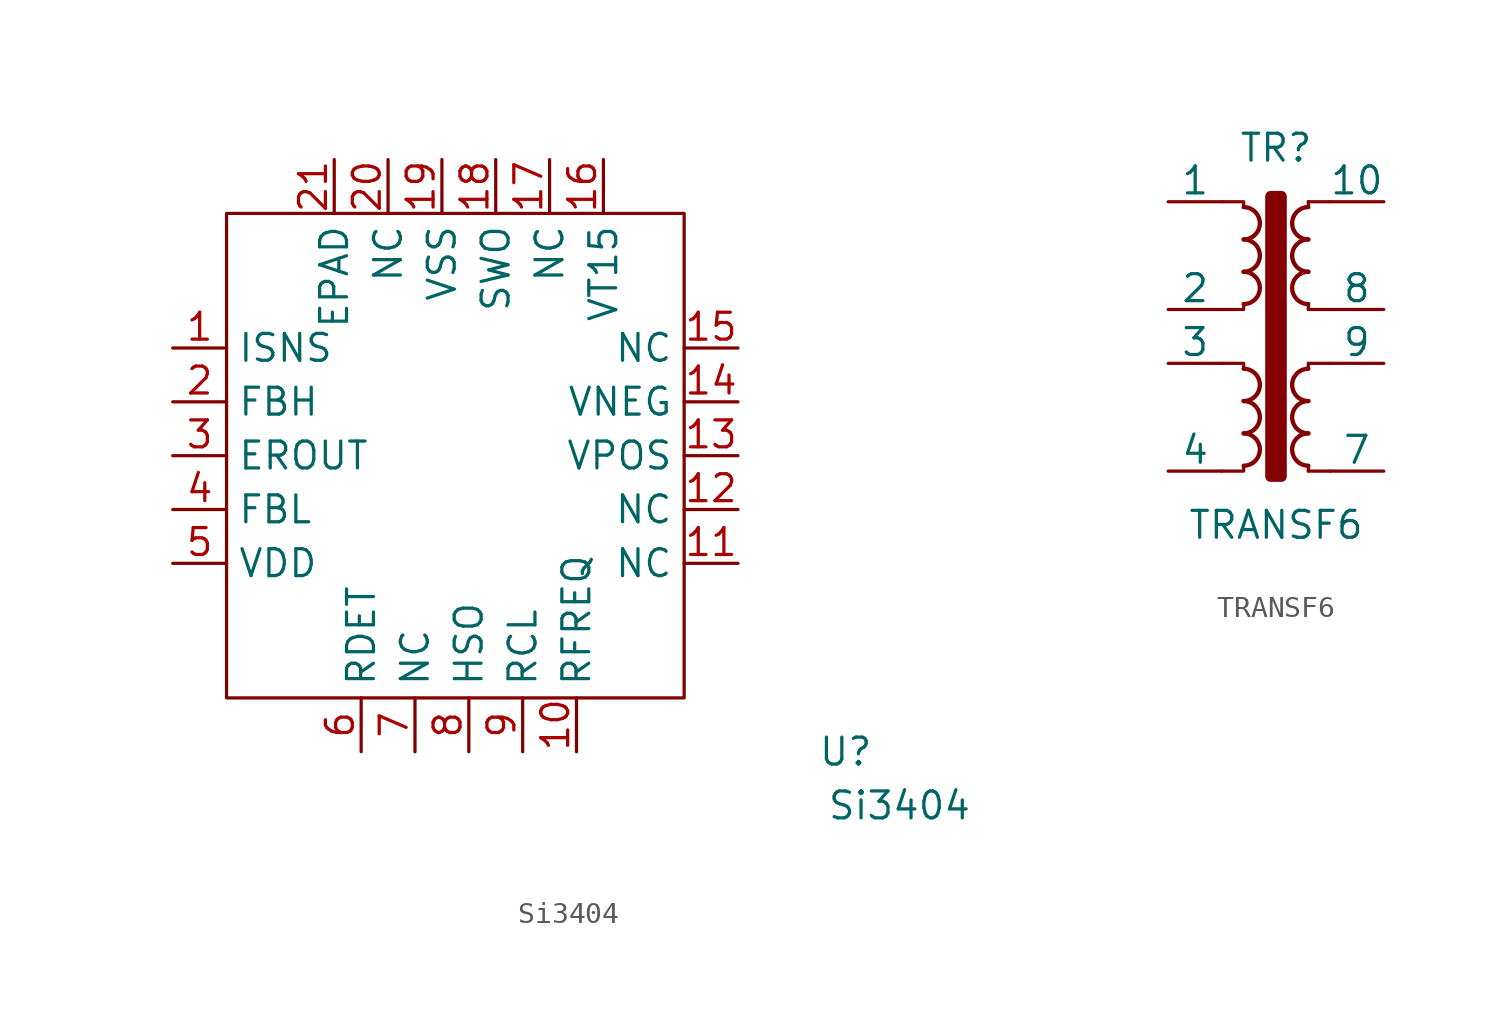
<source format=kicad_sym>
(kicad_symbol_lib
  (version 20211014)
  (generator kicad_symbol_editor)
  (symbol "Si3404"
    (property "Reference" "U"
      (at 19.05 -12.7 0)
      (effects (font (size 1.27 1.27))))
    (property "Value" "Si3404"
      (at 21.59 -15.24 0)
      (effects (font (size 1.27 1.27))))
    (symbol "Si3404_0_1"
      (rectangle (start -10.16 12.7) (end 11.43 -10.16) (stroke (width 0) (type default) (color 0 0 0 0)) (fill (type none))))
    (symbol "Si3404_1_1"
      (pin passive line (at -12.7 6.35 0) (length 2.54) (name "ISNS" (effects (font (size 1.27 1.27)))) (number "1" (effects (font (size 1.27 1.27)))))
      (pin passive line (at 6.35 -12.7 90) (length 2.54) (name "RFREQ" (effects (font (size 1.27 1.27)))) (number "10" (effects (font (size 1.27 1.27)))))
      (pin passive line (at 13.97 -3.81 180) (length 2.54) (name "NC" (effects (font (size 1.27 1.27)))) (number "11" (effects (font (size 1.27 1.27)))))
      (pin passive line (at 13.97 -1.27 180) (length 2.54) (name "NC" (effects (font (size 1.27 1.27)))) (number "12" (effects (font (size 1.27 1.27)))))
      (pin passive line (at 13.97 1.27 180) (length 2.54) (name "VPOS" (effects (font (size 1.27 1.27)))) (number "13" (effects (font (size 1.27 1.27)))))
      (pin passive line (at 13.97 3.81 180) (length 2.54) (name "VNEG" (effects (font (size 1.27 1.27)))) (number "14" (effects (font (size 1.27 1.27)))))
      (pin passive line (at 13.97 6.35 180) (length 2.54) (name "NC" (effects (font (size 1.27 1.27)))) (number "15" (effects (font (size 1.27 1.27)))))
      (pin passive line (at 7.62 15.24 270) (length 2.54) (name "VT15" (effects (font (size 1.27 1.27)))) (number "16" (effects (font (size 1.27 1.27)))))
      (pin passive line (at 5.08 15.24 270) (length 2.54) (name "NC" (effects (font (size 1.27 1.27)))) (number "17" (effects (font (size 1.27 1.27)))))
      (pin passive line (at 2.54 15.24 270) (length 2.54) (name "SWO" (effects (font (size 1.27 1.27)))) (number "18" (effects (font (size 1.27 1.27)))))
      (pin power_in line (at 0 15.24 270) (length 2.54) (name "VSS" (effects (font (size 1.27 1.27)))) (number "19" (effects (font (size 1.27 1.27)))))
      (pin passive line (at -12.7 3.81 0) (length 2.54) (name "FBH" (effects (font (size 1.27 1.27)))) (number "2" (effects (font (size 1.27 1.27)))))
      (pin passive line (at -2.54 15.24 270) (length 2.54) (name "NC" (effects (font (size 1.27 1.27)))) (number "20" (effects (font (size 1.27 1.27)))))
      (pin passive line (at -5.08 15.24 270) (length 2.54) (name "EPAD" (effects (font (size 1.27 1.27)))) (number "21" (effects (font (size 1.27 1.27)))))
      (pin passive line (at -12.7 1.27 0) (length 2.54) (name "EROUT" (effects (font (size 1.27 1.27)))) (number "3" (effects (font (size 1.27 1.27)))))
      (pin passive line (at -12.7 -1.27 0) (length 2.54) (name "FBL" (effects (font (size 1.27 1.27)))) (number "4" (effects (font (size 1.27 1.27)))))
      (pin power_in line (at -12.7 -3.81 0) (length 2.54) (name "VDD" (effects (font (size 1.27 1.27)))) (number "5" (effects (font (size 1.27 1.27)))))
      (pin passive line (at -3.81 -12.7 90) (length 2.54) (name "RDET" (effects (font (size 1.27 1.27)))) (number "6" (effects (font (size 1.27 1.27)))))
      (pin passive line (at -1.27 -12.7 90) (length 2.54) (name "NC" (effects (font (size 1.27 1.27)))) (number "7" (effects (font (size 1.27 1.27)))))
      (pin passive line (at 1.27 -12.7 90) (length 2.54) (name "HSO" (effects (font (size 1.27 1.27)))) (number "8" (effects (font (size 1.27 1.27)))))
      (pin passive line (at 3.81 -12.7 90) (length 2.54) (name "RCL" (effects (font (size 1.27 1.27)))) (number "9" (effects (font (size 1.27 1.27)))))))
  (symbol "TRANSF6"
    (pin_numbers hide)
    (pin_names
      (offset 0))
    (property "Reference" "TR"
      (at 0 10.16 0)
      (effects (font (size 1.27 1.27))))
    (property "Value" "TRANSF6"
      (at 0 -7.62 0)
      (effects (font (size 1.27 1.27))))
    (symbol "TRANSF6_0_1"
      (arc (start -1.524 -4.826) (mid -0.762 -4.064) (end -1.524 -3.302) (stroke (width 0.2032) (type default) (color 0 0 0 0)) (fill (type none)))
      (arc (start -1.524 -3.302) (mid -0.762 -2.54) (end -1.524 -1.778) (stroke (width 0.2032) (type default) (color 0 0 0 0)) (fill (type none)))
      (arc (start -1.524 -1.778) (mid -0.762 -1.016) (end -1.524 -0.254) (stroke (width 0.2032) (type default) (color 0 0 0 0)) (fill (type none)))
      (arc (start -1.524 2.794) (mid -0.762 3.556) (end -1.524 4.318) (stroke (width 0.2032) (type default) (color 0 0 0 0)) (fill (type none)))
      (arc (start -1.524 4.318) (mid -0.762 5.08) (end -1.524 5.842) (stroke (width 0.2032) (type default) (color 0 0 0 0)) (fill (type none)))
      (arc (start -1.524 5.842) (mid -0.762 6.604) (end -1.524 7.366) (stroke (width 0.2032) (type default) (color 0 0 0 0)) (fill (type none)))
      (rectangle (start -0.254 7.874) (end 0.254 -5.334) (stroke (width 0.508) (type default) (color 0 0 0 0)) (fill (type outline)))
      (polyline (pts (xy 1.524 -4.826) (xy 1.524 -5.08) (xy 1.524 -5.08)) (stroke (width 0) (type default) (color 0 0 0 0)) (fill (type outline)))
      (polyline (pts (xy 1.524 0) (xy 1.524 -0.254) (xy 1.524 -0.254)) (stroke (width 0) (type default) (color 0 0 0 0)) (fill (type outline)))
      (polyline (pts (xy 1.524 0) (xy 2.54 0) (xy 2.54 0)) (stroke (width 0) (type default) (color 0 0 0 0)) (fill (type none)))
      (polyline (pts (xy 1.524 2.54) (xy 1.524 2.794) (xy 1.524 2.794)) (stroke (width 0) (type default) (color 0 0 0 0)) (fill (type outline)))
      (polyline (pts (xy 1.524 2.54) (xy 2.54 2.54) (xy 2.54 2.54)) (stroke (width 0) (type default) (color 0 0 0 0)) (fill (type none)))
      (polyline (pts (xy 1.524 7.62) (xy 1.524 7.366) (xy 1.524 7.366)) (stroke (width 0) (type default) (color 0 0 0 0)) (fill (type outline)))
      (polyline (pts (xy 1.524 7.62) (xy 2.54 7.62) (xy 2.54 7.62)) (stroke (width 0) (type default) (color 0 0 0 0)) (fill (type none)))
      (polyline (pts (xy 2.54 -5.08) (xy 1.524 -5.08) (xy 1.524 -5.08)) (stroke (width 0) (type default) (color 0 0 0 0)) (fill (type none)))
      (polyline (pts (xy -1.524 -4.826) (xy -1.524 -5.08) (xy -2.54 -5.08) (xy -2.54 -5.08)) (stroke (width 0) (type default) (color 0 0 0 0)) (fill (type none)))
      (polyline (pts (xy -1.524 -0.254) (xy -1.524 0) (xy -2.54 0) (xy -2.54 0)) (stroke (width 0) (type default) (color 0 0 0 0)) (fill (type none)))
      (polyline (pts (xy -1.524 2.794) (xy -1.524 2.54) (xy -2.54 2.54) (xy -2.54 2.54)) (stroke (width 0) (type default) (color 0 0 0 0)) (fill (type none)))
      (polyline (pts (xy -1.524 7.366) (xy -1.524 7.62) (xy -2.54 7.62) (xy -2.54 7.62)) (stroke (width 0) (type default) (color 0 0 0 0)) (fill (type none)))
      (arc (start 1.524 -3.302) (mid 0.762 -4.064) (end 1.524 -4.826) (stroke (width 0.2032) (type default) (color 0 0 0 0)) (fill (type none)))
      (arc (start 1.524 -1.778) (mid 0.762 -2.54) (end 1.524 -3.302) (stroke (width 0.2032) (type default) (color 0 0 0 0)) (fill (type none)))
      (arc (start 1.524 -0.254) (mid 0.762 -1.016) (end 1.524 -1.778) (stroke (width 0.2032) (type default) (color 0 0 0 0)) (fill (type none)))
      (arc (start 1.524 4.318) (mid 0.762 3.556) (end 1.524 2.794) (stroke (width 0.2032) (type default) (color 0 0 0 0)) (fill (type none)))
      (arc (start 1.524 5.842) (mid 0.762 5.08) (end 1.524 4.318) (stroke (width 0.2032) (type default) (color 0 0 0 0)) (fill (type none)))
      (arc (start 1.524 7.366) (mid 0.762 6.604) (end 1.524 5.842) (stroke (width 0.2032) (type default) (color 0 0 0 0)) (fill (type none))))
    (symbol "TRANSF6_1_1"
      (pin passive line (at -5.08 7.62 0) (length 2.54) (name "1" (effects (font (size 1.27 1.27)))) (number "1" (effects (font (size 1.27 1.27)))))
      (pin passive line (at 5.08 7.62 180) (length 2.54) (name "10" (effects (font (size 1.27 1.27)))) (number "10" (effects (font (size 1.27 1.27)))))
      (pin passive line (at -5.08 2.54 0) (length 2.54) (name "2" (effects (font (size 1.27 1.27)))) (number "2" (effects (font (size 1.27 1.27)))))
      (pin passive line (at -5.08 0 0) (length 2.54) (name "3" (effects (font (size 1.27 1.27)))) (number "3" (effects (font (size 1.27 1.27)))))
      (pin passive line (at -5.08 -5.08 0) (length 2.54) (name "4" (effects (font (size 1.27 1.27)))) (number "4" (effects (font (size 1.27 1.27)))))
      (pin passive line (at 5.08 -5.08 180) (length 2.54) (name "7" (effects (font (size 1.27 1.27)))) (number "7" (effects (font (size 1.27 1.27)))))
      (pin passive line (at 5.08 2.54 180) (length 2.54) (name "8" (effects (font (size 1.27 1.27)))) (number "8" (effects (font (size 1.27 1.27)))))
      (pin passive line (at 5.08 0 180) (length 2.54) (name "9" (effects (font (size 1.27 1.27)))) (number "9" (effects (font (size 1.27 1.27))))))))
</source>
